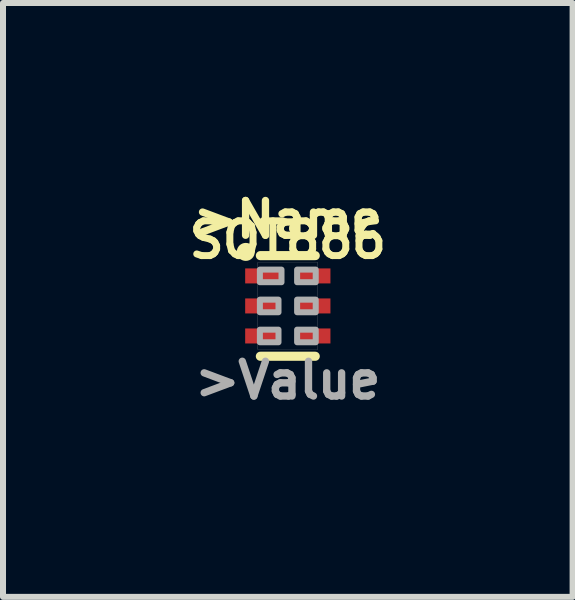
<source format=kicad_pcb>
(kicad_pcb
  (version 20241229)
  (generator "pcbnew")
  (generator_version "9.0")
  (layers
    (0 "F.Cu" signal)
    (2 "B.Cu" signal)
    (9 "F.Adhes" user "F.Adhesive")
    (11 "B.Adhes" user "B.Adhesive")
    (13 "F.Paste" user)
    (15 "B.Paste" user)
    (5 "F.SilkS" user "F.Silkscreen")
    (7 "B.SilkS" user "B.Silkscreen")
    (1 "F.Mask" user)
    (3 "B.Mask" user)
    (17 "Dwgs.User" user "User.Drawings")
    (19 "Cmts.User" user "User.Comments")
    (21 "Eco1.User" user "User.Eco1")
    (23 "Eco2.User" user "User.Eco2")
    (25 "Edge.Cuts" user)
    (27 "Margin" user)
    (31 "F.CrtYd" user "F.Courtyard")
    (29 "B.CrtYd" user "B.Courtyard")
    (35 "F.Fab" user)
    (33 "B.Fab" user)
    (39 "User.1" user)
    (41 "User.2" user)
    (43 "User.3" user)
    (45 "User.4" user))
  (footprint "SOT886"
    (layer "F.Cu")
    (at 1.743 2.045)
    (property "Reference" "SOT886" (at 0 -1.1 0) (layer "F.SilkS") (effects (font (size 0.579 0.579) (thickness 0.116))))
    (attr through_hole)
    (fp_line (start -0.457 -0.838) (end 0.457 -0.838) (stroke (width 0.152) (type solid)) (layer "F.SilkS"))
    (fp_line (start -0.457 0.838) (end 0.457 0.838) (stroke (width 0.152) (type solid)) (layer "F.SilkS"))
    (fp_circle (center -0.7 -0.9) (end -0.625 -0.9) (stroke (width 0.15) (type solid)) (fill no) (layer "F.SilkS"))
    (fp_line (start -0.5 -0.725) (end 0.5 -0.725) (stroke (width 0.003) (type solid)) (layer "F.Fab"))
    (fp_line (start -0.5 0.725) (end -0.5 -0.725) (stroke (width 0.003) (type solid)) (layer "F.Fab"))
    (fp_line (start 0.5 -0.725) (end 0.5 0.725) (stroke (width 0.003) (type solid)) (layer "F.Fab"))
    (fp_line (start 0.5 0.725) (end -0.5 0.725) (stroke (width 0.003) (type solid)) (layer "F.Fab"))
    (fp_poly (pts (xy -0.465 -0.395) (xy -0.105 -0.395) (xy -0.105 -0.605) (xy -0.465 -0.605)) (stroke (width 0.1) (type solid)) (fill no) (layer "F.Fab"))
    (fp_poly (pts (xy -0.465 0.105) (xy -0.155 0.105) (xy -0.155 -0.105) (xy -0.465 -0.105)) (stroke (width 0.1) (type solid)) (fill no) (layer "F.Fab"))
    (fp_poly (pts (xy -0.465 0.605) (xy -0.155 0.605) (xy -0.155 0.395) (xy -0.465 0.395)) (stroke (width 0.1) (type solid)) (fill no) (layer "F.Fab"))
    (fp_poly (pts (xy 0.465 -0.605) (xy 0.155 -0.605) (xy 0.155 -0.395) (xy 0.465 -0.395)) (stroke (width 0.1) (type solid)) (fill no) (layer "F.Fab"))
    (fp_poly (pts (xy 0.465 -0.105) (xy 0.155 -0.105) (xy 0.155 0.105) (xy 0.465 0.105)) (stroke (width 0.1) (type solid)) (fill no) (layer "F.Fab"))
    (fp_poly (pts (xy 0.465 0.395) (xy 0.155 0.395) (xy 0.155 0.605) (xy 0.465 0.605)) (stroke (width 0.1) (type solid)) (fill no) (layer "F.Fab"))
    (fp_text user ">Name" (at 0 -1.1 0) (layer "F.SilkS") (effects (font (size 0.579 0.579) (thickness 0.122)) (justify bottom)))
    (fp_text user ">Value" (at 0 0.9 0) (layer "F.Fab") (effects (font (size 0.579 0.579) (thickness 0.122)) (justify top)))
    (pad "1" smd rect (at -0.405 -0.5) (size 0.61 0.25) (layers "F.Cu" "F.Mask" "F.Paste"))
    (pad "2" smd rect (at -0.43 0) (size 0.56 0.25) (layers "F.Cu" "F.Mask" "F.Paste"))
    (pad "3" smd rect (at -0.43 0.5) (size 0.56 0.25) (layers "F.Cu" "F.Mask" "F.Paste"))
    (pad "4" smd rect (at 0.43 0.5 180) (size 0.56 0.25) (layers "F.Cu" "F.Mask" "F.Paste"))
    (pad "5" smd rect (at 0.43 0 180) (size 0.56 0.25) (layers "F.Cu" "F.Mask" "F.Paste"))
    (pad "6" smd rect (at 0.43 -0.5 180) (size 0.56 0.25) (layers "F.Cu" "F.Mask" "F.Paste")))
  (gr_rect
    (start -3 -3)
    (end 6.486 6.89)
    (stroke (width 0.1) (type default))
    (fill no)
    (layer "Edge.Cuts")))
</source>
